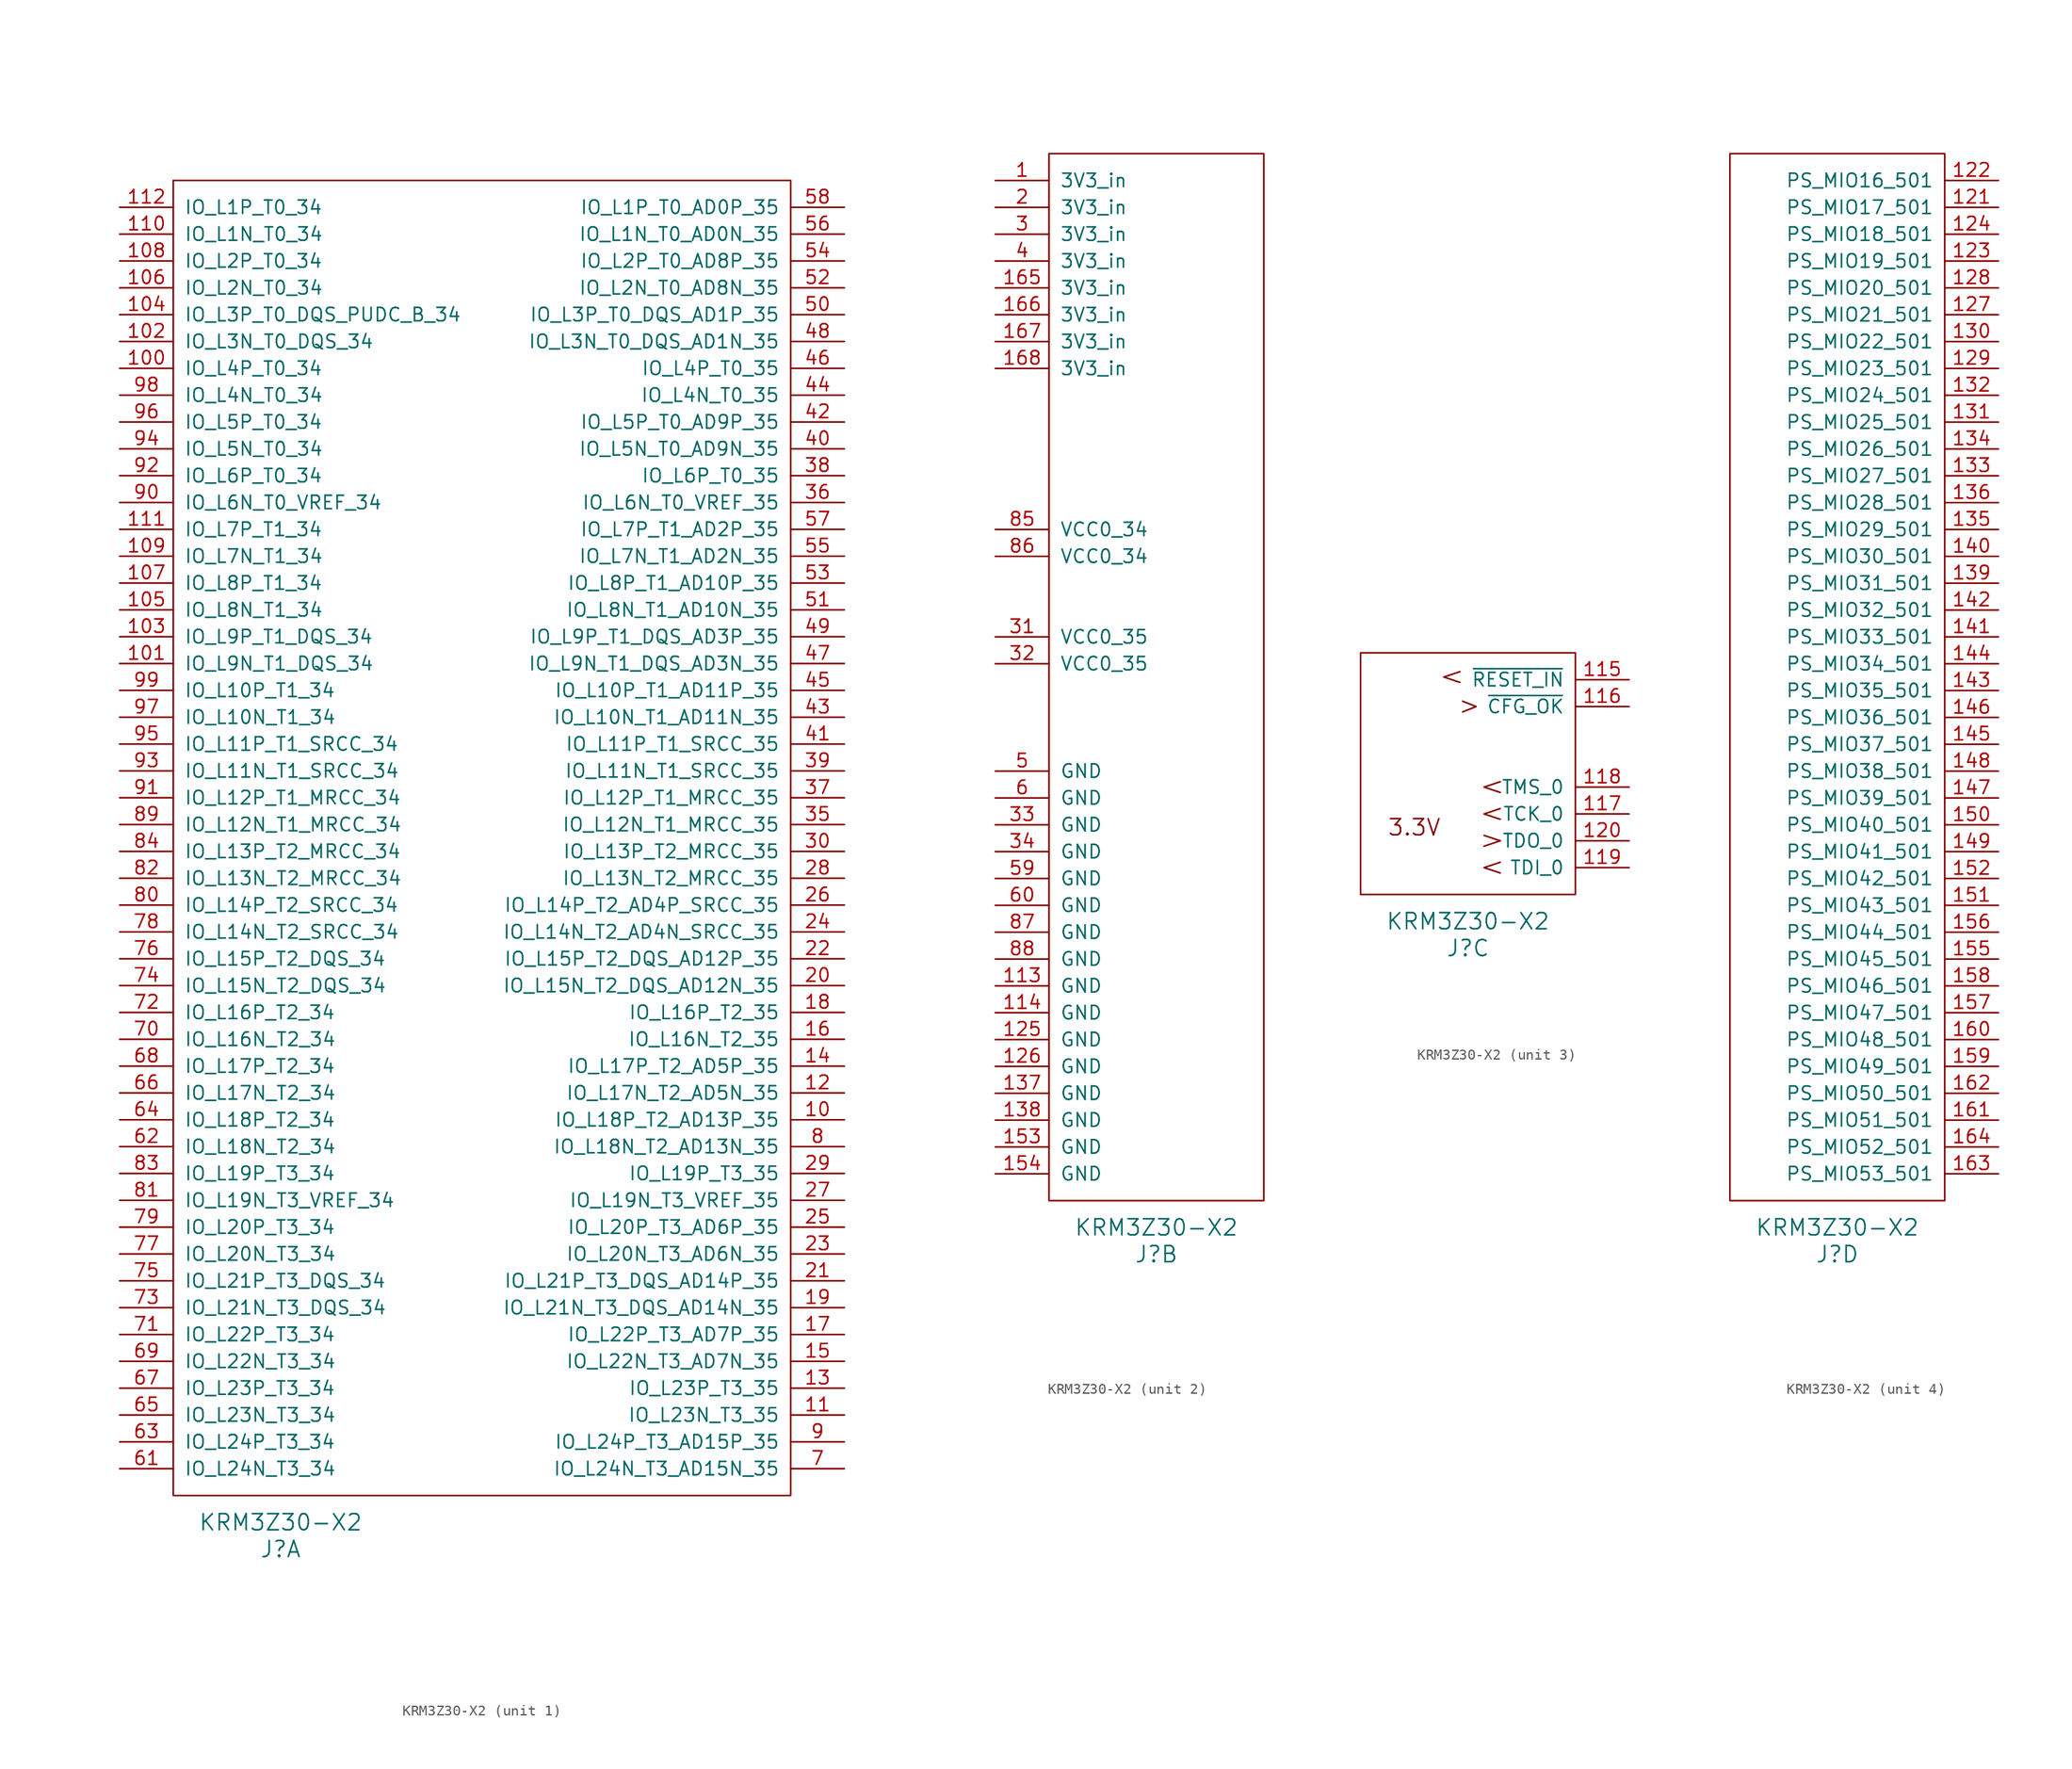
<source format=kicad_sym>
(kicad_symbol_lib
  (version 20220914)
  (generator kicad_symbol_editor)
  (symbol "KRM3Z30-X2"
    (pin_names
      (offset 1.016))
    (property "Reference" "J"
      (at 10.16 -5.08 0)
      (effects (font (size 1.524 1.524))))
    (property "Value" "KRM3Z30-X2"
      (at 10.16 -2.54 0)
      (effects (font (size 1.524 1.524))))
    (property "Datasheet" ""
      (at 2.54 72.39 0)
      (effects (font (size 1.524 1.524))))
    (property "ki_locked" ""
      (at 0 0 0)
      (effects (font (size 1.27 1.27))))
    (symbol "KRM3Z30-X2_1_1"
      (rectangle (start 0 124.46) (end 58.42 0) (stroke (width 0) (type solid)) (fill (type none)))
      (pin bidirectional line (at 63.5 35.56 180) (length 5.08) (name "IO_L18P_T2_AD13P_35" (effects (font (size 1.27 1.27)))) (number "10" (effects (font (size 1.27 1.27)))))
      (pin bidirectional line (at -5.08 106.68 0) (length 5.08) (name "IO_L4P_T0_34" (effects (font (size 1.27 1.27)))) (number "100" (effects (font (size 1.27 1.27)))))
      (pin bidirectional line (at -5.08 78.74 0) (length 5.08) (name "IO_L9N_T1_DQS_34" (effects (font (size 1.27 1.27)))) (number "101" (effects (font (size 1.27 1.27)))))
      (pin bidirectional line (at -5.08 109.22 0) (length 5.08) (name "IO_L3N_T0_DQS_34" (effects (font (size 1.27 1.27)))) (number "102" (effects (font (size 1.27 1.27)))))
      (pin bidirectional line (at -5.08 81.28 0) (length 5.08) (name "IO_L9P_T1_DQS_34" (effects (font (size 1.27 1.27)))) (number "103" (effects (font (size 1.27 1.27)))))
      (pin bidirectional line (at -5.08 111.76 0) (length 5.08) (name "IO_L3P_T0_DQS_PUDC_B_34" (effects (font (size 1.27 1.27)))) (number "104" (effects (font (size 1.27 1.27)))))
      (pin bidirectional line (at -5.08 83.82 0) (length 5.08) (name "IO_L8N_T1_34" (effects (font (size 1.27 1.27)))) (number "105" (effects (font (size 1.27 1.27)))))
      (pin bidirectional line (at -5.08 114.3 0) (length 5.08) (name "IO_L2N_T0_34" (effects (font (size 1.27 1.27)))) (number "106" (effects (font (size 1.27 1.27)))))
      (pin bidirectional line (at -5.08 86.36 0) (length 5.08) (name "IO_L8P_T1_34" (effects (font (size 1.27 1.27)))) (number "107" (effects (font (size 1.27 1.27)))))
      (pin bidirectional line (at -5.08 116.84 0) (length 5.08) (name "IO_L2P_T0_34" (effects (font (size 1.27 1.27)))) (number "108" (effects (font (size 1.27 1.27)))))
      (pin bidirectional line (at -5.08 88.9 0) (length 5.08) (name "IO_L7N_T1_34" (effects (font (size 1.27 1.27)))) (number "109" (effects (font (size 1.27 1.27)))))
      (pin bidirectional line (at 63.5 7.62 180) (length 5.08) (name "IO_L23N_T3_35" (effects (font (size 1.27 1.27)))) (number "11" (effects (font (size 1.27 1.27)))))
      (pin bidirectional line (at -5.08 119.38 0) (length 5.08) (name "IO_L1N_T0_34" (effects (font (size 1.27 1.27)))) (number "110" (effects (font (size 1.27 1.27)))))
      (pin bidirectional line (at -5.08 91.44 0) (length 5.08) (name "IO_L7P_T1_34" (effects (font (size 1.27 1.27)))) (number "111" (effects (font (size 1.27 1.27)))))
      (pin bidirectional line (at -5.08 121.92 0) (length 5.08) (name "IO_L1P_T0_34" (effects (font (size 1.27 1.27)))) (number "112" (effects (font (size 1.27 1.27)))))
      (pin bidirectional line (at 63.5 38.1 180) (length 5.08) (name "IO_L17N_T2_AD5N_35" (effects (font (size 1.27 1.27)))) (number "12" (effects (font (size 1.27 1.27)))))
      (pin bidirectional line (at 63.5 10.16 180) (length 5.08) (name "IO_L23P_T3_35" (effects (font (size 1.27 1.27)))) (number "13" (effects (font (size 1.27 1.27)))))
      (pin bidirectional line (at 63.5 40.64 180) (length 5.08) (name "IO_L17P_T2_AD5P_35" (effects (font (size 1.27 1.27)))) (number "14" (effects (font (size 1.27 1.27)))))
      (pin bidirectional line (at 63.5 12.7 180) (length 5.08) (name "IO_L22N_T3_AD7N_35" (effects (font (size 1.27 1.27)))) (number "15" (effects (font (size 1.27 1.27)))))
      (pin bidirectional line (at 63.5 43.18 180) (length 5.08) (name "IO_L16N_T2_35" (effects (font (size 1.27 1.27)))) (number "16" (effects (font (size 1.27 1.27)))))
      (pin bidirectional line (at 63.5 15.24 180) (length 5.08) (name "IO_L22P_T3_AD7P_35" (effects (font (size 1.27 1.27)))) (number "17" (effects (font (size 1.27 1.27)))))
      (pin bidirectional line (at 63.5 45.72 180) (length 5.08) (name "IO_L16P_T2_35" (effects (font (size 1.27 1.27)))) (number "18" (effects (font (size 1.27 1.27)))))
      (pin bidirectional line (at 63.5 17.78 180) (length 5.08) (name "IO_L21N_T3_DQS_AD14N_35" (effects (font (size 1.27 1.27)))) (number "19" (effects (font (size 1.27 1.27)))))
      (pin bidirectional line (at 63.5 48.26 180) (length 5.08) (name "IO_L15N_T2_DQS_AD12N_35" (effects (font (size 1.27 1.27)))) (number "20" (effects (font (size 1.27 1.27)))))
      (pin bidirectional line (at 63.5 20.32 180) (length 5.08) (name "IO_L21P_T3_DQS_AD14P_35" (effects (font (size 1.27 1.27)))) (number "21" (effects (font (size 1.27 1.27)))))
      (pin bidirectional line (at 63.5 50.8 180) (length 5.08) (name "IO_L15P_T2_DQS_AD12P_35" (effects (font (size 1.27 1.27)))) (number "22" (effects (font (size 1.27 1.27)))))
      (pin bidirectional line (at 63.5 22.86 180) (length 5.08) (name "IO_L20N_T3_AD6N_35" (effects (font (size 1.27 1.27)))) (number "23" (effects (font (size 1.27 1.27)))))
      (pin bidirectional line (at 63.5 53.34 180) (length 5.08) (name "IO_L14N_T2_AD4N_SRCC_35" (effects (font (size 1.27 1.27)))) (number "24" (effects (font (size 1.27 1.27)))))
      (pin bidirectional line (at 63.5 25.4 180) (length 5.08) (name "IO_L20P_T3_AD6P_35" (effects (font (size 1.27 1.27)))) (number "25" (effects (font (size 1.27 1.27)))))
      (pin bidirectional line (at 63.5 55.88 180) (length 5.08) (name "IO_L14P_T2_AD4P_SRCC_35" (effects (font (size 1.27 1.27)))) (number "26" (effects (font (size 1.27 1.27)))))
      (pin bidirectional line (at 63.5 27.94 180) (length 5.08) (name "IO_L19N_T3_VREF_35" (effects (font (size 1.27 1.27)))) (number "27" (effects (font (size 1.27 1.27)))))
      (pin bidirectional line (at 63.5 58.42 180) (length 5.08) (name "IO_L13N_T2_MRCC_35" (effects (font (size 1.27 1.27)))) (number "28" (effects (font (size 1.27 1.27)))))
      (pin bidirectional line (at 63.5 30.48 180) (length 5.08) (name "IO_L19P_T3_35" (effects (font (size 1.27 1.27)))) (number "29" (effects (font (size 1.27 1.27)))))
      (pin bidirectional line (at 63.5 60.96 180) (length 5.08) (name "IO_L13P_T2_MRCC_35" (effects (font (size 1.27 1.27)))) (number "30" (effects (font (size 1.27 1.27)))))
      (pin bidirectional line (at 63.5 63.5 180) (length 5.08) (name "IO_L12N_T1_MRCC_35" (effects (font (size 1.27 1.27)))) (number "35" (effects (font (size 1.27 1.27)))))
      (pin bidirectional line (at 63.5 93.98 180) (length 5.08) (name "IO_L6N_T0_VREF_35" (effects (font (size 1.27 1.27)))) (number "36" (effects (font (size 1.27 1.27)))))
      (pin bidirectional line (at 63.5 66.04 180) (length 5.08) (name "IO_L12P_T1_MRCC_35" (effects (font (size 1.27 1.27)))) (number "37" (effects (font (size 1.27 1.27)))))
      (pin bidirectional line (at 63.5 96.52 180) (length 5.08) (name "IO_L6P_T0_35" (effects (font (size 1.27 1.27)))) (number "38" (effects (font (size 1.27 1.27)))))
      (pin bidirectional line (at 63.5 68.58 180) (length 5.08) (name "IO_L11N_T1_SRCC_35" (effects (font (size 1.27 1.27)))) (number "39" (effects (font (size 1.27 1.27)))))
      (pin bidirectional line (at 63.5 99.06 180) (length 5.08) (name "IO_L5N_T0_AD9N_35" (effects (font (size 1.27 1.27)))) (number "40" (effects (font (size 1.27 1.27)))))
      (pin bidirectional line (at 63.5 71.12 180) (length 5.08) (name "IO_L11P_T1_SRCC_35" (effects (font (size 1.27 1.27)))) (number "41" (effects (font (size 1.27 1.27)))))
      (pin bidirectional line (at 63.5 101.6 180) (length 5.08) (name "IO_L5P_T0_AD9P_35" (effects (font (size 1.27 1.27)))) (number "42" (effects (font (size 1.27 1.27)))))
      (pin bidirectional line (at 63.5 73.66 180) (length 5.08) (name "IO_L10N_T1_AD11N_35" (effects (font (size 1.27 1.27)))) (number "43" (effects (font (size 1.27 1.27)))))
      (pin bidirectional line (at 63.5 104.14 180) (length 5.08) (name "IO_L4N_T0_35" (effects (font (size 1.27 1.27)))) (number "44" (effects (font (size 1.27 1.27)))))
      (pin bidirectional line (at 63.5 76.2 180) (length 5.08) (name "IO_L10P_T1_AD11P_35" (effects (font (size 1.27 1.27)))) (number "45" (effects (font (size 1.27 1.27)))))
      (pin bidirectional line (at 63.5 106.68 180) (length 5.08) (name "IO_L4P_T0_35" (effects (font (size 1.27 1.27)))) (number "46" (effects (font (size 1.27 1.27)))))
      (pin bidirectional line (at 63.5 78.74 180) (length 5.08) (name "IO_L9N_T1_DQS_AD3N_35" (effects (font (size 1.27 1.27)))) (number "47" (effects (font (size 1.27 1.27)))))
      (pin bidirectional line (at 63.5 109.22 180) (length 5.08) (name "IO_L3N_T0_DQS_AD1N_35" (effects (font (size 1.27 1.27)))) (number "48" (effects (font (size 1.27 1.27)))))
      (pin bidirectional line (at 63.5 81.28 180) (length 5.08) (name "IO_L9P_T1_DQS_AD3P_35" (effects (font (size 1.27 1.27)))) (number "49" (effects (font (size 1.27 1.27)))))
      (pin bidirectional line (at 63.5 111.76 180) (length 5.08) (name "IO_L3P_T0_DQS_AD1P_35" (effects (font (size 1.27 1.27)))) (number "50" (effects (font (size 1.27 1.27)))))
      (pin bidirectional line (at 63.5 83.82 180) (length 5.08) (name "IO_L8N_T1_AD10N_35" (effects (font (size 1.27 1.27)))) (number "51" (effects (font (size 1.27 1.27)))))
      (pin bidirectional line (at 63.5 114.3 180) (length 5.08) (name "IO_L2N_T0_AD8N_35" (effects (font (size 1.27 1.27)))) (number "52" (effects (font (size 1.27 1.27)))))
      (pin bidirectional line (at 63.5 86.36 180) (length 5.08) (name "IO_L8P_T1_AD10P_35" (effects (font (size 1.27 1.27)))) (number "53" (effects (font (size 1.27 1.27)))))
      (pin bidirectional line (at 63.5 116.84 180) (length 5.08) (name "IO_L2P_T0_AD8P_35" (effects (font (size 1.27 1.27)))) (number "54" (effects (font (size 1.27 1.27)))))
      (pin bidirectional line (at 63.5 88.9 180) (length 5.08) (name "IO_L7N_T1_AD2N_35" (effects (font (size 1.27 1.27)))) (number "55" (effects (font (size 1.27 1.27)))))
      (pin bidirectional line (at 63.5 119.38 180) (length 5.08) (name "IO_L1N_T0_AD0N_35" (effects (font (size 1.27 1.27)))) (number "56" (effects (font (size 1.27 1.27)))))
      (pin bidirectional line (at 63.5 91.44 180) (length 5.08) (name "IO_L7P_T1_AD2P_35" (effects (font (size 1.27 1.27)))) (number "57" (effects (font (size 1.27 1.27)))))
      (pin bidirectional line (at 63.5 121.92 180) (length 5.08) (name "IO_L1P_T0_AD0P_35" (effects (font (size 1.27 1.27)))) (number "58" (effects (font (size 1.27 1.27)))))
      (pin bidirectional line (at -5.08 2.54 0) (length 5.08) (name "IO_L24N_T3_34" (effects (font (size 1.27 1.27)))) (number "61" (effects (font (size 1.27 1.27)))))
      (pin bidirectional line (at -5.08 33.02 0) (length 5.08) (name "IO_L18N_T2_34" (effects (font (size 1.27 1.27)))) (number "62" (effects (font (size 1.27 1.27)))))
      (pin bidirectional line (at -5.08 5.08 0) (length 5.08) (name "IO_L24P_T3_34" (effects (font (size 1.27 1.27)))) (number "63" (effects (font (size 1.27 1.27)))))
      (pin bidirectional line (at -5.08 35.56 0) (length 5.08) (name "IO_L18P_T2_34" (effects (font (size 1.27 1.27)))) (number "64" (effects (font (size 1.27 1.27)))))
      (pin bidirectional line (at -5.08 7.62 0) (length 5.08) (name "IO_L23N_T3_34" (effects (font (size 1.27 1.27)))) (number "65" (effects (font (size 1.27 1.27)))))
      (pin bidirectional line (at -5.08 38.1 0) (length 5.08) (name "IO_L17N_T2_34" (effects (font (size 1.27 1.27)))) (number "66" (effects (font (size 1.27 1.27)))))
      (pin bidirectional line (at -5.08 10.16 0) (length 5.08) (name "IO_L23P_T3_34" (effects (font (size 1.27 1.27)))) (number "67" (effects (font (size 1.27 1.27)))))
      (pin bidirectional line (at -5.08 40.64 0) (length 5.08) (name "IO_L17P_T2_34" (effects (font (size 1.27 1.27)))) (number "68" (effects (font (size 1.27 1.27)))))
      (pin bidirectional line (at -5.08 12.7 0) (length 5.08) (name "IO_L22N_T3_34" (effects (font (size 1.27 1.27)))) (number "69" (effects (font (size 1.27 1.27)))))
      (pin bidirectional line (at 63.5 2.54 180) (length 5.08) (name "IO_L24N_T3_AD15N_35" (effects (font (size 1.27 1.27)))) (number "7" (effects (font (size 1.27 1.27)))))
      (pin bidirectional line (at -5.08 43.18 0) (length 5.08) (name "IO_L16N_T2_34" (effects (font (size 1.27 1.27)))) (number "70" (effects (font (size 1.27 1.27)))))
      (pin bidirectional line (at -5.08 15.24 0) (length 5.08) (name "IO_L22P_T3_34" (effects (font (size 1.27 1.27)))) (number "71" (effects (font (size 1.27 1.27)))))
      (pin bidirectional line (at -5.08 45.72 0) (length 5.08) (name "IO_L16P_T2_34" (effects (font (size 1.27 1.27)))) (number "72" (effects (font (size 1.27 1.27)))))
      (pin bidirectional line (at -5.08 17.78 0) (length 5.08) (name "IO_L21N_T3_DQS_34" (effects (font (size 1.27 1.27)))) (number "73" (effects (font (size 1.27 1.27)))))
      (pin bidirectional line (at -5.08 48.26 0) (length 5.08) (name "IO_L15N_T2_DQS_34" (effects (font (size 1.27 1.27)))) (number "74" (effects (font (size 1.27 1.27)))))
      (pin bidirectional line (at -5.08 20.32 0) (length 5.08) (name "IO_L21P_T3_DQS_34" (effects (font (size 1.27 1.27)))) (number "75" (effects (font (size 1.27 1.27)))))
      (pin bidirectional line (at -5.08 50.8 0) (length 5.08) (name "IO_L15P_T2_DQS_34" (effects (font (size 1.27 1.27)))) (number "76" (effects (font (size 1.27 1.27)))))
      (pin bidirectional line (at -5.08 22.86 0) (length 5.08) (name "IO_L20N_T3_34" (effects (font (size 1.27 1.27)))) (number "77" (effects (font (size 1.27 1.27)))))
      (pin bidirectional line (at -5.08 53.34 0) (length 5.08) (name "IO_L14N_T2_SRCC_34" (effects (font (size 1.27 1.27)))) (number "78" (effects (font (size 1.27 1.27)))))
      (pin bidirectional line (at -5.08 25.4 0) (length 5.08) (name "IO_L20P_T3_34" (effects (font (size 1.27 1.27)))) (number "79" (effects (font (size 1.27 1.27)))))
      (pin bidirectional line (at 63.5 33.02 180) (length 5.08) (name "IO_L18N_T2_AD13N_35" (effects (font (size 1.27 1.27)))) (number "8" (effects (font (size 1.27 1.27)))))
      (pin bidirectional line (at -5.08 55.88 0) (length 5.08) (name "IO_L14P_T2_SRCC_34" (effects (font (size 1.27 1.27)))) (number "80" (effects (font (size 1.27 1.27)))))
      (pin bidirectional line (at -5.08 27.94 0) (length 5.08) (name "IO_L19N_T3_VREF_34" (effects (font (size 1.27 1.27)))) (number "81" (effects (font (size 1.27 1.27)))))
      (pin bidirectional line (at -5.08 58.42 0) (length 5.08) (name "IO_L13N_T2_MRCC_34" (effects (font (size 1.27 1.27)))) (number "82" (effects (font (size 1.27 1.27)))))
      (pin bidirectional line (at -5.08 30.48 0) (length 5.08) (name "IO_L19P_T3_34" (effects (font (size 1.27 1.27)))) (number "83" (effects (font (size 1.27 1.27)))))
      (pin bidirectional line (at -5.08 60.96 0) (length 5.08) (name "IO_L13P_T2_MRCC_34" (effects (font (size 1.27 1.27)))) (number "84" (effects (font (size 1.27 1.27)))))
      (pin bidirectional line (at -5.08 63.5 0) (length 5.08) (name "IO_L12N_T1_MRCC_34" (effects (font (size 1.27 1.27)))) (number "89" (effects (font (size 1.27 1.27)))))
      (pin bidirectional line (at 63.5 5.08 180) (length 5.08) (name "IO_L24P_T3_AD15P_35" (effects (font (size 1.27 1.27)))) (number "9" (effects (font (size 1.27 1.27)))))
      (pin bidirectional line (at -5.08 93.98 0) (length 5.08) (name "IO_L6N_T0_VREF_34" (effects (font (size 1.27 1.27)))) (number "90" (effects (font (size 1.27 1.27)))))
      (pin bidirectional line (at -5.08 66.04 0) (length 5.08) (name "IO_L12P_T1_MRCC_34" (effects (font (size 1.27 1.27)))) (number "91" (effects (font (size 1.27 1.27)))))
      (pin bidirectional line (at -5.08 96.52 0) (length 5.08) (name "IO_L6P_T0_34" (effects (font (size 1.27 1.27)))) (number "92" (effects (font (size 1.27 1.27)))))
      (pin bidirectional line (at -5.08 68.58 0) (length 5.08) (name "IO_L11N_T1_SRCC_34" (effects (font (size 1.27 1.27)))) (number "93" (effects (font (size 1.27 1.27)))))
      (pin bidirectional line (at -5.08 99.06 0) (length 5.08) (name "IO_L5N_T0_34" (effects (font (size 1.27 1.27)))) (number "94" (effects (font (size 1.27 1.27)))))
      (pin bidirectional line (at -5.08 71.12 0) (length 5.08) (name "IO_L11P_T1_SRCC_34" (effects (font (size 1.27 1.27)))) (number "95" (effects (font (size 1.27 1.27)))))
      (pin bidirectional line (at -5.08 101.6 0) (length 5.08) (name "IO_L5P_T0_34" (effects (font (size 1.27 1.27)))) (number "96" (effects (font (size 1.27 1.27)))))
      (pin bidirectional line (at -5.08 73.66 0) (length 5.08) (name "IO_L10N_T1_34" (effects (font (size 1.27 1.27)))) (number "97" (effects (font (size 1.27 1.27)))))
      (pin bidirectional line (at -5.08 104.14 0) (length 5.08) (name "IO_L4N_T0_34" (effects (font (size 1.27 1.27)))) (number "98" (effects (font (size 1.27 1.27)))))
      (pin bidirectional line (at -5.08 76.2 0) (length 5.08) (name "IO_L10P_T1_34" (effects (font (size 1.27 1.27)))) (number "99" (effects (font (size 1.27 1.27))))))
    (symbol "KRM3Z30-X2_2_1"
      (rectangle (start 0 99.06) (end 20.32 0) (stroke (width 0) (type solid)) (fill (type none)))
      (pin power_in line (at -5.08 96.52 0) (length 5.08) (name "3V3_in" (effects (font (size 1.27 1.27)))) (number "1" (effects (font (size 1.27 1.27)))))
      (pin power_in line (at -5.08 20.32 0) (length 5.08) (name "GND" (effects (font (size 1.27 1.27)))) (number "113" (effects (font (size 1.27 1.27)))))
      (pin power_in line (at -5.08 17.78 0) (length 5.08) (name "GND" (effects (font (size 1.27 1.27)))) (number "114" (effects (font (size 1.27 1.27)))))
      (pin power_in line (at -5.08 15.24 0) (length 5.08) (name "GND" (effects (font (size 1.27 1.27)))) (number "125" (effects (font (size 1.27 1.27)))))
      (pin power_in line (at -5.08 12.7 0) (length 5.08) (name "GND" (effects (font (size 1.27 1.27)))) (number "126" (effects (font (size 1.27 1.27)))))
      (pin power_in line (at -5.08 10.16 0) (length 5.08) (name "GND" (effects (font (size 1.27 1.27)))) (number "137" (effects (font (size 1.27 1.27)))))
      (pin power_in line (at -5.08 7.62 0) (length 5.08) (name "GND" (effects (font (size 1.27 1.27)))) (number "138" (effects (font (size 1.27 1.27)))))
      (pin power_in line (at -5.08 5.08 0) (length 5.08) (name "GND" (effects (font (size 1.27 1.27)))) (number "153" (effects (font (size 1.27 1.27)))))
      (pin power_in line (at -5.08 2.54 0) (length 5.08) (name "GND" (effects (font (size 1.27 1.27)))) (number "154" (effects (font (size 1.27 1.27)))))
      (pin power_in line (at -5.08 86.36 0) (length 5.08) (name "3V3_in" (effects (font (size 1.27 1.27)))) (number "165" (effects (font (size 1.27 1.27)))))
      (pin power_in line (at -5.08 83.82 0) (length 5.08) (name "3V3_in" (effects (font (size 1.27 1.27)))) (number "166" (effects (font (size 1.27 1.27)))))
      (pin power_in line (at -5.08 81.28 0) (length 5.08) (name "3V3_in" (effects (font (size 1.27 1.27)))) (number "167" (effects (font (size 1.27 1.27)))))
      (pin power_in line (at -5.08 78.74 0) (length 5.08) (name "3V3_in" (effects (font (size 1.27 1.27)))) (number "168" (effects (font (size 1.27 1.27)))))
      (pin power_in line (at -5.08 93.98 0) (length 5.08) (name "3V3_in" (effects (font (size 1.27 1.27)))) (number "2" (effects (font (size 1.27 1.27)))))
      (pin power_in line (at -5.08 91.44 0) (length 5.08) (name "3V3_in" (effects (font (size 1.27 1.27)))) (number "3" (effects (font (size 1.27 1.27)))))
      (pin power_in line (at -5.08 53.34 0) (length 5.08) (name "VCC0_35" (effects (font (size 1.27 1.27)))) (number "31" (effects (font (size 1.27 1.27)))))
      (pin power_in line (at -5.08 50.8 0) (length 5.08) (name "VCC0_35" (effects (font (size 1.27 1.27)))) (number "32" (effects (font (size 1.27 1.27)))))
      (pin power_in line (at -5.08 35.56 0) (length 5.08) (name "GND" (effects (font (size 1.27 1.27)))) (number "33" (effects (font (size 1.27 1.27)))))
      (pin power_in line (at -5.08 33.02 0) (length 5.08) (name "GND" (effects (font (size 1.27 1.27)))) (number "34" (effects (font (size 1.27 1.27)))))
      (pin power_in line (at -5.08 88.9 0) (length 5.08) (name "3V3_in" (effects (font (size 1.27 1.27)))) (number "4" (effects (font (size 1.27 1.27)))))
      (pin power_in line (at -5.08 40.64 0) (length 5.08) (name "GND" (effects (font (size 1.27 1.27)))) (number "5" (effects (font (size 1.27 1.27)))))
      (pin power_in line (at -5.08 30.48 0) (length 5.08) (name "GND" (effects (font (size 1.27 1.27)))) (number "59" (effects (font (size 1.27 1.27)))))
      (pin power_in line (at -5.08 38.1 0) (length 5.08) (name "GND" (effects (font (size 1.27 1.27)))) (number "6" (effects (font (size 1.27 1.27)))))
      (pin power_in line (at -5.08 27.94 0) (length 5.08) (name "GND" (effects (font (size 1.27 1.27)))) (number "60" (effects (font (size 1.27 1.27)))))
      (pin power_in line (at -5.08 63.5 0) (length 5.08) (name "VCC0_34" (effects (font (size 1.27 1.27)))) (number "85" (effects (font (size 1.27 1.27)))))
      (pin power_in line (at -5.08 60.96 0) (length 5.08) (name "VCC0_34" (effects (font (size 1.27 1.27)))) (number "86" (effects (font (size 1.27 1.27)))))
      (pin power_in line (at -5.08 25.4 0) (length 5.08) (name "GND" (effects (font (size 1.27 1.27)))) (number "87" (effects (font (size 1.27 1.27)))))
      (pin power_in line (at -5.08 22.86 0) (length 5.08) (name "GND" (effects (font (size 1.27 1.27)))) (number "88" (effects (font (size 1.27 1.27))))))
    (symbol "KRM3Z30-X2_3_0"
      (polyline (pts (xy 9.398 21.082) (xy 7.874 20.574) (xy 9.398 20.066)) (stroke (width 0) (type solid)) (fill (type none)))
      (polyline (pts (xy 9.652 17.272) (xy 10.922 17.78) (xy 9.652 18.288)) (stroke (width 0) (type solid)) (fill (type none)))
      (text "3.3V" (at 5.08 6.35 0) (effects (font (size 1.524 1.524)))))
    (symbol "KRM3Z30-X2_3_1"
      (polyline (pts (xy 13.208 5.08) (xy 11.684 4.572)) (stroke (width 0) (type solid)) (fill (type none)))
      (polyline (pts (xy 13.208 5.08) (xy 11.684 5.588)) (stroke (width 0) (type solid)) (fill (type none)))
      (polyline (pts (xy 13.208 3.048) (xy 11.684 2.54) (xy 13.208 2.032)) (stroke (width 0) (type solid)) (fill (type none)))
      (polyline (pts (xy 13.208 8.128) (xy 11.684 7.62) (xy 13.208 7.112)) (stroke (width 0) (type solid)) (fill (type none)))
      (polyline (pts (xy 13.208 10.668) (xy 11.684 10.16) (xy 13.208 9.652)) (stroke (width 0) (type solid)) (fill (type none)))
      (rectangle (start 0 0) (end 20.32 22.86) (stroke (width 0) (type solid)) (fill (type none)))
      (pin input line (at 25.4 20.32 180) (length 5.08) (name "~{RESET_IN}" (effects (font (size 1.27 1.27)))) (number "115" (effects (font (size 1.27 1.27)))))
      (pin open_collector line (at 25.4 17.78 180) (length 5.08) (name "~{CFG_OK}" (effects (font (size 1.27 1.27)))) (number "116" (effects (font (size 1.27 1.27)))))
      (pin input line (at 25.4 7.62 180) (length 5.08) (name "TCK_0" (effects (font (size 1.27 1.27)))) (number "117" (effects (font (size 1.27 1.27)))))
      (pin input line (at 25.4 10.16 180) (length 5.08) (name "TMS_0" (effects (font (size 1.27 1.27)))) (number "118" (effects (font (size 1.27 1.27)))))
      (pin input line (at 25.4 2.54 180) (length 5.08) (name "TDI_0" (effects (font (size 1.27 1.27)))) (number "119" (effects (font (size 1.27 1.27)))))
      (pin output line (at 25.4 5.08 180) (length 5.08) (name "TDO_0" (effects (font (size 1.27 1.27)))) (number "120" (effects (font (size 1.27 1.27))))))
    (symbol "KRM3Z30-X2_4_1"
      (rectangle (start 0 99.06) (end 20.32 0) (stroke (width 0) (type solid)) (fill (type none)))
      (pin bidirectional line (at 25.4 93.98 180) (length 5.08) (name "PS_MIO17_501" (effects (font (size 1.27 1.27)))) (number "121" (effects (font (size 1.27 1.27)))))
      (pin bidirectional line (at 25.4 96.52 180) (length 5.08) (name "PS_MIO16_501" (effects (font (size 1.27 1.27)))) (number "122" (effects (font (size 1.27 1.27)))))
      (pin bidirectional line (at 25.4 88.9 180) (length 5.08) (name "PS_MIO19_501" (effects (font (size 1.27 1.27)))) (number "123" (effects (font (size 1.27 1.27)))))
      (pin bidirectional line (at 25.4 91.44 180) (length 5.08) (name "PS_MIO18_501" (effects (font (size 1.27 1.27)))) (number "124" (effects (font (size 1.27 1.27)))))
      (pin bidirectional line (at 25.4 83.82 180) (length 5.08) (name "PS_MIO21_501" (effects (font (size 1.27 1.27)))) (number "127" (effects (font (size 1.27 1.27)))))
      (pin bidirectional line (at 25.4 86.36 180) (length 5.08) (name "PS_MIO20_501" (effects (font (size 1.27 1.27)))) (number "128" (effects (font (size 1.27 1.27)))))
      (pin bidirectional line (at 25.4 78.74 180) (length 5.08) (name "PS_MIO23_501" (effects (font (size 1.27 1.27)))) (number "129" (effects (font (size 1.27 1.27)))))
      (pin bidirectional line (at 25.4 81.28 180) (length 5.08) (name "PS_MIO22_501" (effects (font (size 1.27 1.27)))) (number "130" (effects (font (size 1.27 1.27)))))
      (pin bidirectional line (at 25.4 73.66 180) (length 5.08) (name "PS_MIO25_501" (effects (font (size 1.27 1.27)))) (number "131" (effects (font (size 1.27 1.27)))))
      (pin bidirectional line (at 25.4 76.2 180) (length 5.08) (name "PS_MIO24_501" (effects (font (size 1.27 1.27)))) (number "132" (effects (font (size 1.27 1.27)))))
      (pin bidirectional line (at 25.4 68.58 180) (length 5.08) (name "PS_MIO27_501" (effects (font (size 1.27 1.27)))) (number "133" (effects (font (size 1.27 1.27)))))
      (pin bidirectional line (at 25.4 71.12 180) (length 5.08) (name "PS_MIO26_501" (effects (font (size 1.27 1.27)))) (number "134" (effects (font (size 1.27 1.27)))))
      (pin bidirectional line (at 25.4 63.5 180) (length 5.08) (name "PS_MIO29_501" (effects (font (size 1.27 1.27)))) (number "135" (effects (font (size 1.27 1.27)))))
      (pin bidirectional line (at 25.4 66.04 180) (length 5.08) (name "PS_MIO28_501" (effects (font (size 1.27 1.27)))) (number "136" (effects (font (size 1.27 1.27)))))
      (pin bidirectional line (at 25.4 58.42 180) (length 5.08) (name "PS_MIO31_501" (effects (font (size 1.27 1.27)))) (number "139" (effects (font (size 1.27 1.27)))))
      (pin bidirectional line (at 25.4 60.96 180) (length 5.08) (name "PS_MIO30_501" (effects (font (size 1.27 1.27)))) (number "140" (effects (font (size 1.27 1.27)))))
      (pin bidirectional line (at 25.4 53.34 180) (length 5.08) (name "PS_MIO33_501" (effects (font (size 1.27 1.27)))) (number "141" (effects (font (size 1.27 1.27)))))
      (pin bidirectional line (at 25.4 55.88 180) (length 5.08) (name "PS_MIO32_501" (effects (font (size 1.27 1.27)))) (number "142" (effects (font (size 1.27 1.27)))))
      (pin bidirectional line (at 25.4 48.26 180) (length 5.08) (name "PS_MIO35_501" (effects (font (size 1.27 1.27)))) (number "143" (effects (font (size 1.27 1.27)))))
      (pin bidirectional line (at 25.4 50.8 180) (length 5.08) (name "PS_MIO34_501" (effects (font (size 1.27 1.27)))) (number "144" (effects (font (size 1.27 1.27)))))
      (pin bidirectional line (at 25.4 43.18 180) (length 5.08) (name "PS_MIO37_501" (effects (font (size 1.27 1.27)))) (number "145" (effects (font (size 1.27 1.27)))))
      (pin bidirectional line (at 25.4 45.72 180) (length 5.08) (name "PS_MIO36_501" (effects (font (size 1.27 1.27)))) (number "146" (effects (font (size 1.27 1.27)))))
      (pin bidirectional line (at 25.4 38.1 180) (length 5.08) (name "PS_MIO39_501" (effects (font (size 1.27 1.27)))) (number "147" (effects (font (size 1.27 1.27)))))
      (pin bidirectional line (at 25.4 40.64 180) (length 5.08) (name "PS_MIO38_501" (effects (font (size 1.27 1.27)))) (number "148" (effects (font (size 1.27 1.27)))))
      (pin bidirectional line (at 25.4 33.02 180) (length 5.08) (name "PS_MIO41_501" (effects (font (size 1.27 1.27)))) (number "149" (effects (font (size 1.27 1.27)))))
      (pin bidirectional line (at 25.4 35.56 180) (length 5.08) (name "PS_MIO40_501" (effects (font (size 1.27 1.27)))) (number "150" (effects (font (size 1.27 1.27)))))
      (pin bidirectional line (at 25.4 27.94 180) (length 5.08) (name "PS_MIO43_501" (effects (font (size 1.27 1.27)))) (number "151" (effects (font (size 1.27 1.27)))))
      (pin bidirectional line (at 25.4 30.48 180) (length 5.08) (name "PS_MIO42_501" (effects (font (size 1.27 1.27)))) (number "152" (effects (font (size 1.27 1.27)))))
      (pin bidirectional line (at 25.4 22.86 180) (length 5.08) (name "PS_MIO45_501" (effects (font (size 1.27 1.27)))) (number "155" (effects (font (size 1.27 1.27)))))
      (pin bidirectional line (at 25.4 25.4 180) (length 5.08) (name "PS_MIO44_501" (effects (font (size 1.27 1.27)))) (number "156" (effects (font (size 1.27 1.27)))))
      (pin bidirectional line (at 25.4 17.78 180) (length 5.08) (name "PS_MIO47_501" (effects (font (size 1.27 1.27)))) (number "157" (effects (font (size 1.27 1.27)))))
      (pin bidirectional line (at 25.4 20.32 180) (length 5.08) (name "PS_MIO46_501" (effects (font (size 1.27 1.27)))) (number "158" (effects (font (size 1.27 1.27)))))
      (pin bidirectional line (at 25.4 12.7 180) (length 5.08) (name "PS_MIO49_501" (effects (font (size 1.27 1.27)))) (number "159" (effects (font (size 1.27 1.27)))))
      (pin bidirectional line (at 25.4 15.24 180) (length 5.08) (name "PS_MIO48_501" (effects (font (size 1.27 1.27)))) (number "160" (effects (font (size 1.27 1.27)))))
      (pin bidirectional line (at 25.4 7.62 180) (length 5.08) (name "PS_MIO51_501" (effects (font (size 1.27 1.27)))) (number "161" (effects (font (size 1.27 1.27)))))
      (pin bidirectional line (at 25.4 10.16 180) (length 5.08) (name "PS_MIO50_501" (effects (font (size 1.27 1.27)))) (number "162" (effects (font (size 1.27 1.27)))))
      (pin bidirectional line (at 25.4 2.54 180) (length 5.08) (name "PS_MIO53_501" (effects (font (size 1.27 1.27)))) (number "163" (effects (font (size 1.27 1.27)))))
      (pin bidirectional line (at 25.4 5.08 180) (length 5.08) (name "PS_MIO52_501" (effects (font (size 1.27 1.27)))) (number "164" (effects (font (size 1.27 1.27))))))))
</source>
